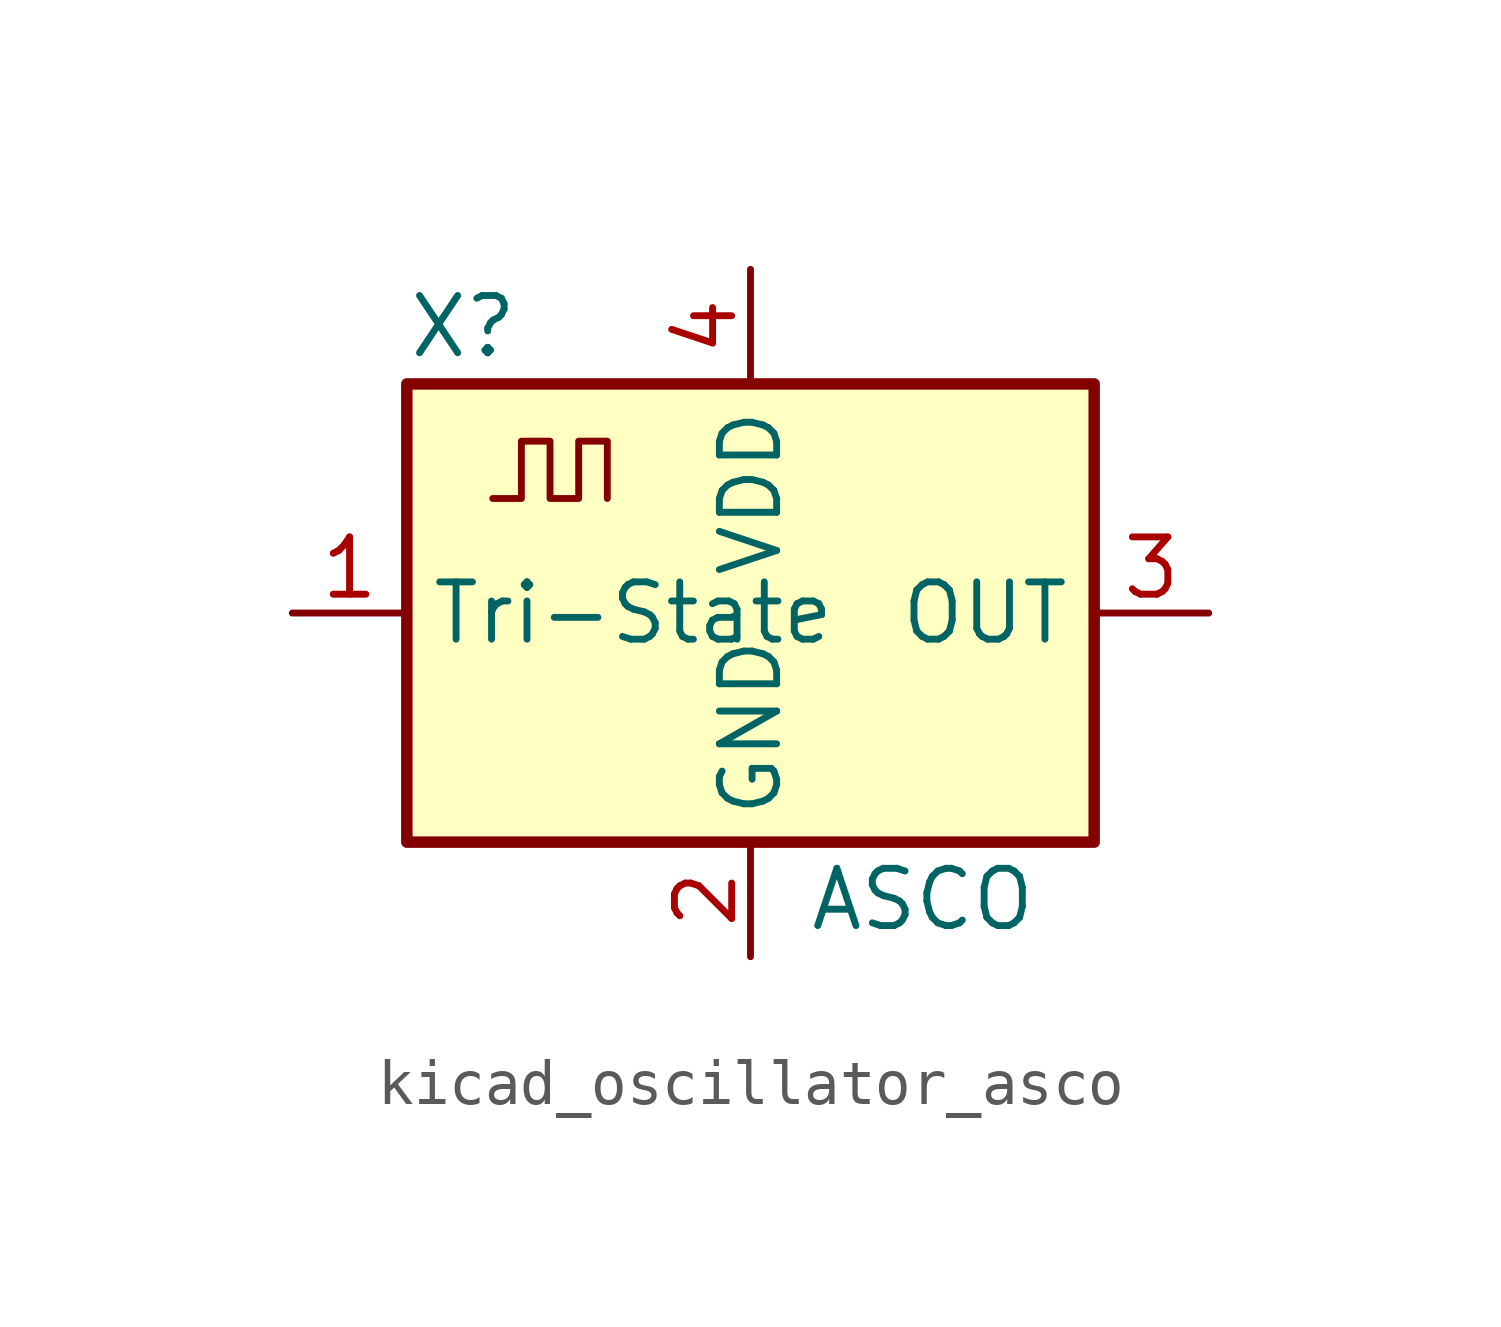
<source format=kicad_sym>
(kicad_symbol_lib
  (version 20220914)
  (generator kicad_symbol_editor)
  (symbol "kicad_oscillator_asco"
    (property "Reference" "X"
      (at -7.62 6.35 0)
      (effects (font (size 1.27 1.27)) (justify left)))
    (property "Value" "ASCO"
      (at 1.27 -6.35 0)
      (effects (font (size 1.27 1.27)) (justify left)))
    (symbol "kicad_oscillator_asco_0_1"
      (rectangle (start -7.62 5.08) (end 7.62 -5.08) (stroke (width 0.254) (type default)) (fill (type background)))
      (polyline (pts (xy -5.715 2.54) (xy -5.08 2.54) (xy -5.08 3.81) (xy -4.445 3.81) (xy -4.445 2.54) (xy -3.81 2.54) (xy -3.81 3.81) (xy -3.175 3.81) (xy -3.175 2.54)) (stroke (width 0) (type default)) (fill (type none))))
    (symbol "kicad_oscillator_asco_1_1"
      (pin input line (at -10.16 0 0) (length 2.54) (name "Tri-State" (effects (font (size 1.27 1.27)))) (number "1" (effects (font (size 1.27 1.27)))))
      (pin power_in line (at 0 -7.62 90) (length 2.54) (name "GND" (effects (font (size 1.27 1.27)))) (number "2" (effects (font (size 1.27 1.27)))))
      (pin output line (at 10.16 0 180) (length 2.54) (name "OUT" (effects (font (size 1.27 1.27)))) (number "3" (effects (font (size 1.27 1.27)))))
      (pin power_in line (at 0 7.62 270) (length 2.54) (name "VDD" (effects (font (size 1.27 1.27)))) (number "4" (effects (font (size 1.27 1.27))))))))
</source>
